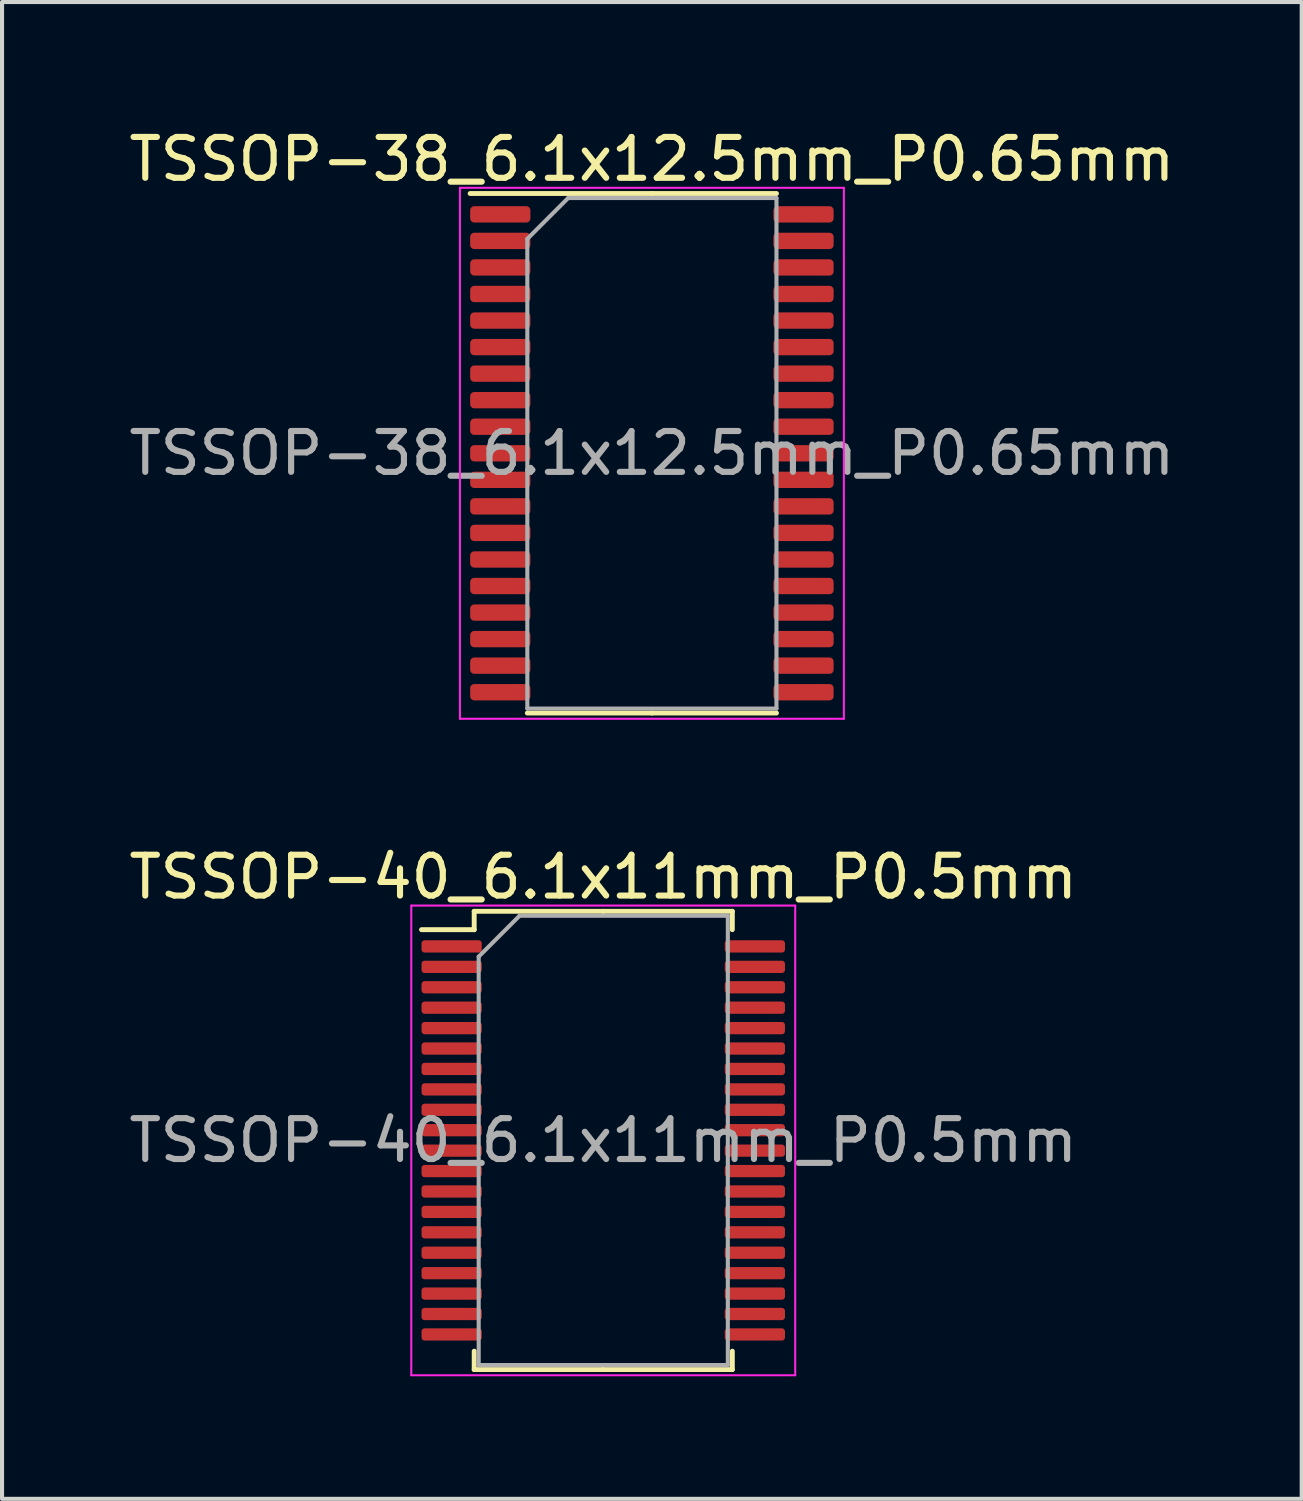
<source format=kicad_pcb>
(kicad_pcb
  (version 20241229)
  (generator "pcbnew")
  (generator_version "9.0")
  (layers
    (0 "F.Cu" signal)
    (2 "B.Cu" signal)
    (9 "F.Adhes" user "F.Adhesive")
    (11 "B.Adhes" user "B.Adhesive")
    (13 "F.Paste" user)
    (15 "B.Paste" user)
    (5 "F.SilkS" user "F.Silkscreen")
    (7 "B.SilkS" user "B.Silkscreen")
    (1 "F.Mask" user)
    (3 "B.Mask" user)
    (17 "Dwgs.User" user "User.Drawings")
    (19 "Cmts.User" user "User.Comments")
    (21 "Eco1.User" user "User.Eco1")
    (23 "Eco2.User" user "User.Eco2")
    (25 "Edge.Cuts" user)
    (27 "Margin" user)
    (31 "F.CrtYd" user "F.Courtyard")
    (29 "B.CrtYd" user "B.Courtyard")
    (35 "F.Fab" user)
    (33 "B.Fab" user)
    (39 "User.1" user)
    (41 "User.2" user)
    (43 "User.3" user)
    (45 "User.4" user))
  (footprint "TSSOP-40_6.1x11mm_P0.5mm"
    (layer "F.Cu")
    (at 11.72 24.872)
    (property "Reference" "TSSOP-40_6.1x11mm_P0.5mm" (at 0 -6.45 0) (layer "F.SilkS") (effects (font (size 1 1) (thickness 0.15))))
    (attr smd)
    (fp_line (start -3.16 -5.61) (end -3.16 -5.16) (stroke (width 0.12) (type solid)) (layer "F.SilkS"))
    (fp_line (start -3.16 -5.16) (end -4.45 -5.16) (stroke (width 0.12) (type solid)) (layer "F.SilkS"))
    (fp_line (start -3.16 5.61) (end -3.16 5.16) (stroke (width 0.12) (type solid)) (layer "F.SilkS"))
    (fp_line (start 0 -5.61) (end -3.16 -5.61) (stroke (width 0.12) (type solid)) (layer "F.SilkS"))
    (fp_line (start 0 -5.61) (end 3.16 -5.61) (stroke (width 0.12) (type solid)) (layer "F.SilkS"))
    (fp_line (start 0 5.61) (end -3.16 5.61) (stroke (width 0.12) (type solid)) (layer "F.SilkS"))
    (fp_line (start 0 5.61) (end 3.16 5.61) (stroke (width 0.12) (type solid)) (layer "F.SilkS"))
    (fp_line (start 3.16 -5.61) (end 3.16 -5.16) (stroke (width 0.12) (type solid)) (layer "F.SilkS"))
    (fp_line (start 3.16 5.61) (end 3.16 5.16) (stroke (width 0.12) (type solid)) (layer "F.SilkS"))
    (fp_line (start -4.7 -5.75) (end -4.7 5.75) (stroke (width 0.05) (type solid)) (layer "F.CrtYd"))
    (fp_line (start -4.7 5.75) (end 4.7 5.75) (stroke (width 0.05) (type solid)) (layer "F.CrtYd"))
    (fp_line (start 4.7 -5.75) (end -4.7 -5.75) (stroke (width 0.05) (type solid)) (layer "F.CrtYd"))
    (fp_line (start 4.7 5.75) (end 4.7 -5.75) (stroke (width 0.05) (type solid)) (layer "F.CrtYd"))
    (fp_line (start -3.05 -4.5) (end -2.05 -5.5) (stroke (width 0.1) (type solid)) (layer "F.Fab"))
    (fp_line (start -3.05 5.5) (end -3.05 -4.5) (stroke (width 0.1) (type solid)) (layer "F.Fab"))
    (fp_line (start -2.05 -5.5) (end 3.05 -5.5) (stroke (width 0.1) (type solid)) (layer "F.Fab"))
    (fp_line (start 3.05 -5.5) (end 3.05 5.5) (stroke (width 0.1) (type solid)) (layer "F.Fab"))
    (fp_line (start 3.05 5.5) (end -3.05 5.5) (stroke (width 0.1) (type solid)) (layer "F.Fab"))
    (fp_text user "${REFERENCE}" (at 0 0 0) (layer "F.Fab") (effects (font (size 1 1) (thickness 0.15))))
    (pad "1" smd roundrect (at -3.712 -4.75) (size 1.475 0.3) (layers "F.Cu" "F.Mask" "F.Paste") (roundrect_rratio 0.25))
    (pad "2" smd roundrect (at -3.712 -4.25) (size 1.475 0.3) (layers "F.Cu" "F.Mask" "F.Paste") (roundrect_rratio 0.25))
    (pad "3" smd roundrect (at -3.712 -3.75) (size 1.475 0.3) (layers "F.Cu" "F.Mask" "F.Paste") (roundrect_rratio 0.25))
    (pad "4" smd roundrect (at -3.712 -3.25) (size 1.475 0.3) (layers "F.Cu" "F.Mask" "F.Paste") (roundrect_rratio 0.25))
    (pad "5" smd roundrect (at -3.712 -2.75) (size 1.475 0.3) (layers "F.Cu" "F.Mask" "F.Paste") (roundrect_rratio 0.25))
    (pad "6" smd roundrect (at -3.712 -2.25) (size 1.475 0.3) (layers "F.Cu" "F.Mask" "F.Paste") (roundrect_rratio 0.25))
    (pad "7" smd roundrect (at -3.712 -1.75) (size 1.475 0.3) (layers "F.Cu" "F.Mask" "F.Paste") (roundrect_rratio 0.25))
    (pad "8" smd roundrect (at -3.712 -1.25) (size 1.475 0.3) (layers "F.Cu" "F.Mask" "F.Paste") (roundrect_rratio 0.25))
    (pad "9" smd roundrect (at -3.712 -0.75) (size 1.475 0.3) (layers "F.Cu" "F.Mask" "F.Paste") (roundrect_rratio 0.25))
    (pad "10" smd roundrect (at -3.712 -0.25) (size 1.475 0.3) (layers "F.Cu" "F.Mask" "F.Paste") (roundrect_rratio 0.25))
    (pad "11" smd roundrect (at -3.712 0.25) (size 1.475 0.3) (layers "F.Cu" "F.Mask" "F.Paste") (roundrect_rratio 0.25))
    (pad "12" smd roundrect (at -3.712 0.75) (size 1.475 0.3) (layers "F.Cu" "F.Mask" "F.Paste") (roundrect_rratio 0.25))
    (pad "13" smd roundrect (at -3.712 1.25) (size 1.475 0.3) (layers "F.Cu" "F.Mask" "F.Paste") (roundrect_rratio 0.25))
    (pad "14" smd roundrect (at -3.712 1.75) (size 1.475 0.3) (layers "F.Cu" "F.Mask" "F.Paste") (roundrect_rratio 0.25))
    (pad "15" smd roundrect (at -3.712 2.25) (size 1.475 0.3) (layers "F.Cu" "F.Mask" "F.Paste") (roundrect_rratio 0.25))
    (pad "16" smd roundrect (at -3.712 2.75) (size 1.475 0.3) (layers "F.Cu" "F.Mask" "F.Paste") (roundrect_rratio 0.25))
    (pad "17" smd roundrect (at -3.712 3.25) (size 1.475 0.3) (layers "F.Cu" "F.Mask" "F.Paste") (roundrect_rratio 0.25))
    (pad "18" smd roundrect (at -3.712 3.75) (size 1.475 0.3) (layers "F.Cu" "F.Mask" "F.Paste") (roundrect_rratio 0.25))
    (pad "19" smd roundrect (at -3.712 4.25) (size 1.475 0.3) (layers "F.Cu" "F.Mask" "F.Paste") (roundrect_rratio 0.25))
    (pad "20" smd roundrect (at -3.712 4.75) (size 1.475 0.3) (layers "F.Cu" "F.Mask" "F.Paste") (roundrect_rratio 0.25))
    (pad "21" smd roundrect (at 3.712 4.75) (size 1.475 0.3) (layers "F.Cu" "F.Mask" "F.Paste") (roundrect_rratio 0.25))
    (pad "22" smd roundrect (at 3.712 4.25) (size 1.475 0.3) (layers "F.Cu" "F.Mask" "F.Paste") (roundrect_rratio 0.25))
    (pad "23" smd roundrect (at 3.712 3.75) (size 1.475 0.3) (layers "F.Cu" "F.Mask" "F.Paste") (roundrect_rratio 0.25))
    (pad "24" smd roundrect (at 3.712 3.25) (size 1.475 0.3) (layers "F.Cu" "F.Mask" "F.Paste") (roundrect_rratio 0.25))
    (pad "25" smd roundrect (at 3.712 2.75) (size 1.475 0.3) (layers "F.Cu" "F.Mask" "F.Paste") (roundrect_rratio 0.25))
    (pad "26" smd roundrect (at 3.712 2.25) (size 1.475 0.3) (layers "F.Cu" "F.Mask" "F.Paste") (roundrect_rratio 0.25))
    (pad "27" smd roundrect (at 3.712 1.75) (size 1.475 0.3) (layers "F.Cu" "F.Mask" "F.Paste") (roundrect_rratio 0.25))
    (pad "28" smd roundrect (at 3.712 1.25) (size 1.475 0.3) (layers "F.Cu" "F.Mask" "F.Paste") (roundrect_rratio 0.25))
    (pad "29" smd roundrect (at 3.712 0.75) (size 1.475 0.3) (layers "F.Cu" "F.Mask" "F.Paste") (roundrect_rratio 0.25))
    (pad "30" smd roundrect (at 3.712 0.25) (size 1.475 0.3) (layers "F.Cu" "F.Mask" "F.Paste") (roundrect_rratio 0.25))
    (pad "31" smd roundrect (at 3.712 -0.25) (size 1.475 0.3) (layers "F.Cu" "F.Mask" "F.Paste") (roundrect_rratio 0.25))
    (pad "32" smd roundrect (at 3.712 -0.75) (size 1.475 0.3) (layers "F.Cu" "F.Mask" "F.Paste") (roundrect_rratio 0.25))
    (pad "33" smd roundrect (at 3.712 -1.25) (size 1.475 0.3) (layers "F.Cu" "F.Mask" "F.Paste") (roundrect_rratio 0.25))
    (pad "34" smd roundrect (at 3.712 -1.75) (size 1.475 0.3) (layers "F.Cu" "F.Mask" "F.Paste") (roundrect_rratio 0.25))
    (pad "35" smd roundrect (at 3.712 -2.25) (size 1.475 0.3) (layers "F.Cu" "F.Mask" "F.Paste") (roundrect_rratio 0.25))
    (pad "36" smd roundrect (at 3.712 -2.75) (size 1.475 0.3) (layers "F.Cu" "F.Mask" "F.Paste") (roundrect_rratio 0.25))
    (pad "37" smd roundrect (at 3.712 -3.25) (size 1.475 0.3) (layers "F.Cu" "F.Mask" "F.Paste") (roundrect_rratio 0.25))
    (pad "38" smd roundrect (at 3.712 -3.75) (size 1.475 0.3) (layers "F.Cu" "F.Mask" "F.Paste") (roundrect_rratio 0.25))
    (pad "39" smd roundrect (at 3.712 -4.25) (size 1.475 0.3) (layers "F.Cu" "F.Mask" "F.Paste") (roundrect_rratio 0.25))
    (pad "40" smd roundrect (at 3.712 -4.75) (size 1.475 0.3) (layers "F.Cu" "F.Mask" "F.Paste") (roundrect_rratio 0.25)))
  (footprint "TSSOP-38_6.1x12.5mm_P0.65mm"
    (layer "F.Cu")
    (at 12.911 8.048)
    (property "Reference" "TSSOP-38_6.1x12.5mm_P0.65mm" (at 0 -7.2 0) (layer "F.SilkS") (effects (font (size 1 1) (thickness 0.15))))
    (attr smd)
    (fp_line (start 0 -6.36) (end -4.45 -6.36) (stroke (width 0.12) (type solid)) (layer "F.SilkS"))
    (fp_line (start 0 -6.36) (end 3.05 -6.36) (stroke (width 0.12) (type solid)) (layer "F.SilkS"))
    (fp_line (start 0 6.36) (end -3.05 6.36) (stroke (width 0.12) (type solid)) (layer "F.SilkS"))
    (fp_line (start 0 6.36) (end 3.05 6.36) (stroke (width 0.12) (type solid)) (layer "F.SilkS"))
    (fp_line (start -4.7 -6.5) (end -4.7 6.5) (stroke (width 0.05) (type solid)) (layer "F.CrtYd"))
    (fp_line (start -4.7 6.5) (end 4.7 6.5) (stroke (width 0.05) (type solid)) (layer "F.CrtYd"))
    (fp_line (start 4.7 -6.5) (end -4.7 -6.5) (stroke (width 0.05) (type solid)) (layer "F.CrtYd"))
    (fp_line (start 4.7 6.5) (end 4.7 -6.5) (stroke (width 0.05) (type solid)) (layer "F.CrtYd"))
    (fp_line (start -3.05 -5.25) (end -2.05 -6.25) (stroke (width 0.1) (type solid)) (layer "F.Fab"))
    (fp_line (start -3.05 6.25) (end -3.05 -5.25) (stroke (width 0.1) (type solid)) (layer "F.Fab"))
    (fp_line (start -2.05 -6.25) (end 3.05 -6.25) (stroke (width 0.1) (type solid)) (layer "F.Fab"))
    (fp_line (start 3.05 -6.25) (end 3.05 6.25) (stroke (width 0.1) (type solid)) (layer "F.Fab"))
    (fp_line (start 3.05 6.25) (end -3.05 6.25) (stroke (width 0.1) (type solid)) (layer "F.Fab"))
    (fp_text user "${REFERENCE}" (at 0 0 0) (layer "F.Fab") (effects (font (size 1 1) (thickness 0.15))))
    (pad "1" smd roundrect (at -3.712 -5.85) (size 1.475 0.4) (layers "F.Cu" "F.Mask" "F.Paste") (roundrect_rratio 0.25))
    (pad "2" smd roundrect (at -3.712 -5.2) (size 1.475 0.4) (layers "F.Cu" "F.Mask" "F.Paste") (roundrect_rratio 0.25))
    (pad "3" smd roundrect (at -3.712 -4.55) (size 1.475 0.4) (layers "F.Cu" "F.Mask" "F.Paste") (roundrect_rratio 0.25))
    (pad "4" smd roundrect (at -3.712 -3.9) (size 1.475 0.4) (layers "F.Cu" "F.Mask" "F.Paste") (roundrect_rratio 0.25))
    (pad "5" smd roundrect (at -3.712 -3.25) (size 1.475 0.4) (layers "F.Cu" "F.Mask" "F.Paste") (roundrect_rratio 0.25))
    (pad "6" smd roundrect (at -3.712 -2.6) (size 1.475 0.4) (layers "F.Cu" "F.Mask" "F.Paste") (roundrect_rratio 0.25))
    (pad "7" smd roundrect (at -3.712 -1.95) (size 1.475 0.4) (layers "F.Cu" "F.Mask" "F.Paste") (roundrect_rratio 0.25))
    (pad "8" smd roundrect (at -3.712 -1.3) (size 1.475 0.4) (layers "F.Cu" "F.Mask" "F.Paste") (roundrect_rratio 0.25))
    (pad "9" smd roundrect (at -3.712 -0.65) (size 1.475 0.4) (layers "F.Cu" "F.Mask" "F.Paste") (roundrect_rratio 0.25))
    (pad "10" smd roundrect (at -3.712 0) (size 1.475 0.4) (layers "F.Cu" "F.Mask" "F.Paste") (roundrect_rratio 0.25))
    (pad "11" smd roundrect (at -3.712 0.65) (size 1.475 0.4) (layers "F.Cu" "F.Mask" "F.Paste") (roundrect_rratio 0.25))
    (pad "12" smd roundrect (at -3.712 1.3) (size 1.475 0.4) (layers "F.Cu" "F.Mask" "F.Paste") (roundrect_rratio 0.25))
    (pad "13" smd roundrect (at -3.712 1.95) (size 1.475 0.4) (layers "F.Cu" "F.Mask" "F.Paste") (roundrect_rratio 0.25))
    (pad "14" smd roundrect (at -3.712 2.6) (size 1.475 0.4) (layers "F.Cu" "F.Mask" "F.Paste") (roundrect_rratio 0.25))
    (pad "15" smd roundrect (at -3.712 3.25) (size 1.475 0.4) (layers "F.Cu" "F.Mask" "F.Paste") (roundrect_rratio 0.25))
    (pad "16" smd roundrect (at -3.712 3.9) (size 1.475 0.4) (layers "F.Cu" "F.Mask" "F.Paste") (roundrect_rratio 0.25))
    (pad "17" smd roundrect (at -3.712 4.55) (size 1.475 0.4) (layers "F.Cu" "F.Mask" "F.Paste") (roundrect_rratio 0.25))
    (pad "18" smd roundrect (at -3.712 5.2) (size 1.475 0.4) (layers "F.Cu" "F.Mask" "F.Paste") (roundrect_rratio 0.25))
    (pad "19" smd roundrect (at -3.712 5.85) (size 1.475 0.4) (layers "F.Cu" "F.Mask" "F.Paste") (roundrect_rratio 0.25))
    (pad "20" smd roundrect (at 3.712 5.85) (size 1.475 0.4) (layers "F.Cu" "F.Mask" "F.Paste") (roundrect_rratio 0.25))
    (pad "21" smd roundrect (at 3.712 5.2) (size 1.475 0.4) (layers "F.Cu" "F.Mask" "F.Paste") (roundrect_rratio 0.25))
    (pad "22" smd roundrect (at 3.712 4.55) (size 1.475 0.4) (layers "F.Cu" "F.Mask" "F.Paste") (roundrect_rratio 0.25))
    (pad "23" smd roundrect (at 3.712 3.9) (size 1.475 0.4) (layers "F.Cu" "F.Mask" "F.Paste") (roundrect_rratio 0.25))
    (pad "24" smd roundrect (at 3.712 3.25) (size 1.475 0.4) (layers "F.Cu" "F.Mask" "F.Paste") (roundrect_rratio 0.25))
    (pad "25" smd roundrect (at 3.712 2.6) (size 1.475 0.4) (layers "F.Cu" "F.Mask" "F.Paste") (roundrect_rratio 0.25))
    (pad "26" smd roundrect (at 3.712 1.95) (size 1.475 0.4) (layers "F.Cu" "F.Mask" "F.Paste") (roundrect_rratio 0.25))
    (pad "27" smd roundrect (at 3.712 1.3) (size 1.475 0.4) (layers "F.Cu" "F.Mask" "F.Paste") (roundrect_rratio 0.25))
    (pad "28" smd roundrect (at 3.712 0.65) (size 1.475 0.4) (layers "F.Cu" "F.Mask" "F.Paste") (roundrect_rratio 0.25))
    (pad "29" smd roundrect (at 3.712 0) (size 1.475 0.4) (layers "F.Cu" "F.Mask" "F.Paste") (roundrect_rratio 0.25))
    (pad "30" smd roundrect (at 3.712 -0.65) (size 1.475 0.4) (layers "F.Cu" "F.Mask" "F.Paste") (roundrect_rratio 0.25))
    (pad "31" smd roundrect (at 3.712 -1.3) (size 1.475 0.4) (layers "F.Cu" "F.Mask" "F.Paste") (roundrect_rratio 0.25))
    (pad "32" smd roundrect (at 3.712 -1.95) (size 1.475 0.4) (layers "F.Cu" "F.Mask" "F.Paste") (roundrect_rratio 0.25))
    (pad "33" smd roundrect (at 3.712 -2.6) (size 1.475 0.4) (layers "F.Cu" "F.Mask" "F.Paste") (roundrect_rratio 0.25))
    (pad "34" smd roundrect (at 3.712 -3.25) (size 1.475 0.4) (layers "F.Cu" "F.Mask" "F.Paste") (roundrect_rratio 0.25))
    (pad "35" smd roundrect (at 3.712 -3.9) (size 1.475 0.4) (layers "F.Cu" "F.Mask" "F.Paste") (roundrect_rratio 0.25))
    (pad "36" smd roundrect (at 3.712 -4.55) (size 1.475 0.4) (layers "F.Cu" "F.Mask" "F.Paste") (roundrect_rratio 0.25))
    (pad "37" smd roundrect (at 3.712 -5.2) (size 1.475 0.4) (layers "F.Cu" "F.Mask" "F.Paste") (roundrect_rratio 0.25))
    (pad "38" smd roundrect (at 3.712 -5.85) (size 1.475 0.4) (layers "F.Cu" "F.Mask" "F.Paste") (roundrect_rratio 0.25)))
  (gr_rect
    (start -3 -3)
    (end 28.821 33.647)
    (stroke (width 0.1) (type default))
    (fill no)
    (layer "Edge.Cuts")))
</source>
